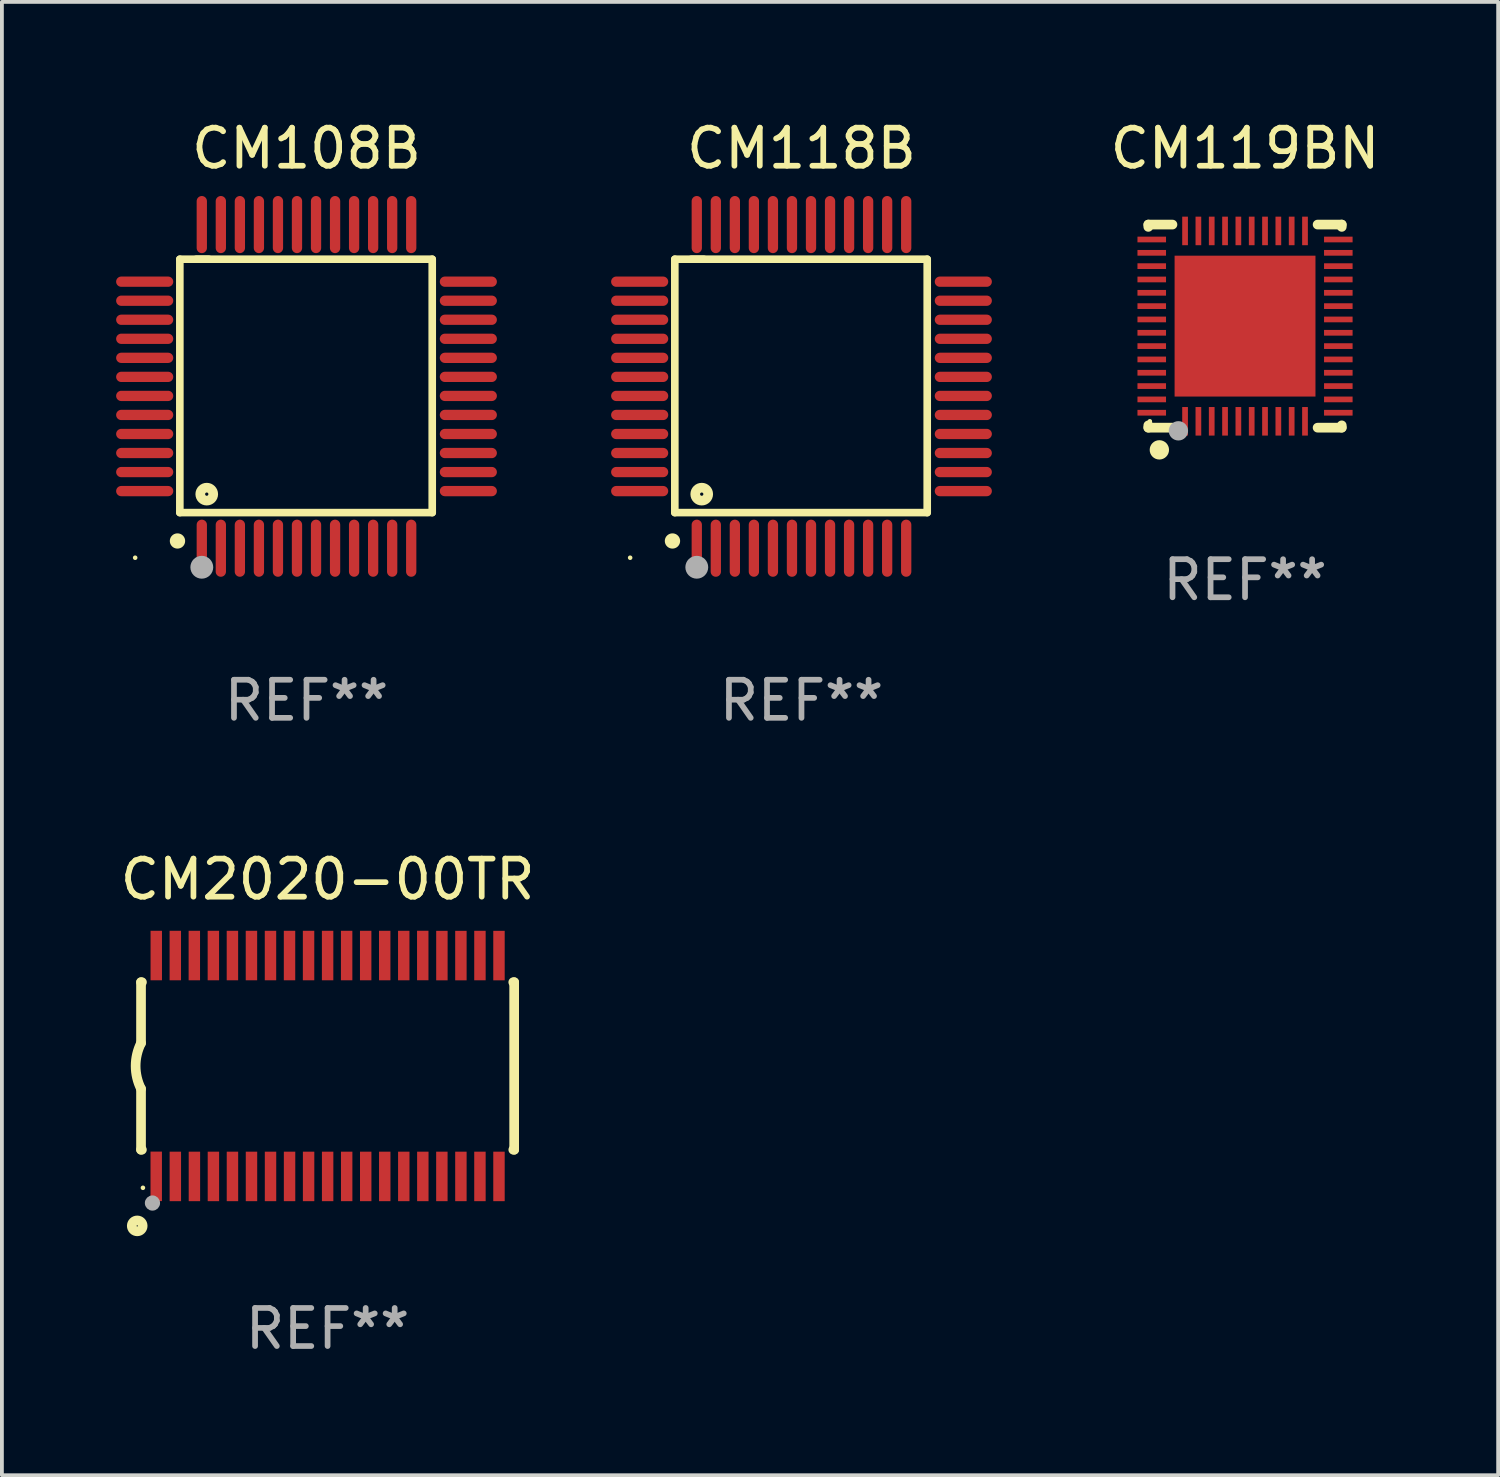
<source format=kicad_pcb>
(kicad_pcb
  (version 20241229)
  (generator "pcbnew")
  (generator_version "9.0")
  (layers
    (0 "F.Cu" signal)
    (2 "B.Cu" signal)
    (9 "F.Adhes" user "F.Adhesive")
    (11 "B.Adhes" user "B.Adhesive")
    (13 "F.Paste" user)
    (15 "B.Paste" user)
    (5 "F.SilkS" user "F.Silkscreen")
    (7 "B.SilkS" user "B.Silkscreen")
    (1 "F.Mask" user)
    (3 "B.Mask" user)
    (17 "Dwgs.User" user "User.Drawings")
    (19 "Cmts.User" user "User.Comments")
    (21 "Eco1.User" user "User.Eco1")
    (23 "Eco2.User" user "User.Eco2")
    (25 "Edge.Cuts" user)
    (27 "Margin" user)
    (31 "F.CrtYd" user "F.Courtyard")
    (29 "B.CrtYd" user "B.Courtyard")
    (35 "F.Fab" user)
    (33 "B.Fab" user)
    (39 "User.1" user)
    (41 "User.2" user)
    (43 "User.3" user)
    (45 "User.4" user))
  (footprint "CM118B"
    (layer "F.Cu")
    (at 18 7.098)
    (property "Reference" "CM118B" (at 0 -6.25 0) (layer "F.SilkS") (effects (font (size 1 1) (thickness 0.15))))
    (attr through_hole)
    (fp_line (start -3.327 -3.34) (end -2.565 -3.34) (stroke (width 0.2) (type solid)) (layer "F.SilkS"))
    (fp_line (start -3.327 3.315) (end -3.327 -3.34) (stroke (width 0.2) (type solid)) (layer "F.SilkS"))
    (fp_line (start -2.896 -3.34) (end 3.302 -3.34) (stroke (width 0.2) (type solid)) (layer "F.SilkS"))
    (fp_line (start 3.302 -3.34) (end 3.302 3.315) (stroke (width 0.2) (type solid)) (layer "F.SilkS"))
    (fp_line (start 3.302 3.315) (end -3.327 3.315) (stroke (width 0.2) (type solid)) (layer "F.SilkS"))
    (fp_arc (start -3.389992 4.059995) (mid -3.388722 4.059991) (end -3.387452 4.059995) (stroke (width 0.4) (type solid)) (layer "F.SilkS"))
    (fp_circle (center -4.5 4.5) (end -4.47 4.5) (stroke (width 0.06) (type solid)) (fill no) (layer "F.SilkS"))
    (fp_circle (center -2.62 2.83) (end -2.45 2.83) (stroke (width 0.254) (type solid)) (fill no) (layer "F.SilkS"))
    (fp_circle (center -2.75 4.75) (end -2.6 4.75) (stroke (width 0.3) (type solid)) (fill no) (layer "F.Fab"))
    (fp_text user "REF**" (at 0 8.25 0) (layer "F.Fab") (effects (font (size 1 1) (thickness 0.15))))
    (pad "1" smd oval (at -2.75 4.25) (size 0.27 1.5) (layers "F.Cu" "F.Mask" "F.Paste"))
    (pad "2" smd oval (at -2.25 4.25) (size 0.27 1.5) (layers "F.Cu" "F.Mask" "F.Paste"))
    (pad "3" smd oval (at -1.75 4.25) (size 0.27 1.5) (layers "F.Cu" "F.Mask" "F.Paste"))
    (pad "4" smd oval (at -1.25 4.25) (size 0.27 1.5) (layers "F.Cu" "F.Mask" "F.Paste"))
    (pad "5" smd oval (at -0.75 4.25) (size 0.27 1.5) (layers "F.Cu" "F.Mask" "F.Paste"))
    (pad "6" smd oval (at -0.25 4.25) (size 0.27 1.5) (layers "F.Cu" "F.Mask" "F.Paste"))
    (pad "7" smd oval (at 0.25 4.25) (size 0.27 1.5) (layers "F.Cu" "F.Mask" "F.Paste"))
    (pad "8" smd oval (at 0.75 4.25) (size 0.27 1.5) (layers "F.Cu" "F.Mask" "F.Paste"))
    (pad "9" smd oval (at 1.25 4.25) (size 0.27 1.5) (layers "F.Cu" "F.Mask" "F.Paste"))
    (pad "10" smd oval (at 1.75 4.25) (size 0.27 1.5) (layers "F.Cu" "F.Mask" "F.Paste"))
    (pad "11" smd oval (at 2.25 4.25) (size 0.27 1.5) (layers "F.Cu" "F.Mask" "F.Paste"))
    (pad "12" smd oval (at 2.75 4.25) (size 0.27 1.5) (layers "F.Cu" "F.Mask" "F.Paste"))
    (pad "13" smd oval (at 4.25 2.75) (size 1.5 0.27) (layers "F.Cu" "F.Mask" "F.Paste"))
    (pad "14" smd oval (at 4.25 2.25) (size 1.5 0.27) (layers "F.Cu" "F.Mask" "F.Paste"))
    (pad "15" smd oval (at 4.25 1.75) (size 1.5 0.27) (layers "F.Cu" "F.Mask" "F.Paste"))
    (pad "16" smd oval (at 4.25 1.25) (size 1.5 0.27) (layers "F.Cu" "F.Mask" "F.Paste"))
    (pad "17" smd oval (at 4.25 0.75) (size 1.5 0.27) (layers "F.Cu" "F.Mask" "F.Paste"))
    (pad "18" smd oval (at 4.25 0.25) (size 1.5 0.27) (layers "F.Cu" "F.Mask" "F.Paste"))
    (pad "19" smd oval (at 4.25 -0.25) (size 1.5 0.27) (layers "F.Cu" "F.Mask" "F.Paste"))
    (pad "20" smd oval (at 4.25 -0.75) (size 1.5 0.27) (layers "F.Cu" "F.Mask" "F.Paste"))
    (pad "21" smd oval (at 4.25 -1.25) (size 1.5 0.27) (layers "F.Cu" "F.Mask" "F.Paste"))
    (pad "22" smd oval (at 4.25 -1.75) (size 1.5 0.27) (layers "F.Cu" "F.Mask" "F.Paste"))
    (pad "23" smd oval (at 4.25 -2.25) (size 1.5 0.27) (layers "F.Cu" "F.Mask" "F.Paste"))
    (pad "24" smd oval (at 4.25 -2.75) (size 1.5 0.27) (layers "F.Cu" "F.Mask" "F.Paste"))
    (pad "25" smd oval (at 2.75 -4.25) (size 0.27 1.5) (layers "F.Cu" "F.Mask" "F.Paste"))
    (pad "26" smd oval (at 2.25 -4.25) (size 0.27 1.5) (layers "F.Cu" "F.Mask" "F.Paste"))
    (pad "27" smd oval (at 1.75 -4.25) (size 0.27 1.5) (layers "F.Cu" "F.Mask" "F.Paste"))
    (pad "28" smd oval (at 1.25 -4.25) (size 0.27 1.5) (layers "F.Cu" "F.Mask" "F.Paste"))
    (pad "29" smd oval (at 0.75 -4.25) (size 0.27 1.5) (layers "F.Cu" "F.Mask" "F.Paste"))
    (pad "30" smd oval (at 0.25 -4.25) (size 0.27 1.5) (layers "F.Cu" "F.Mask" "F.Paste"))
    (pad "31" smd oval (at -0.25 -4.25) (size 0.27 1.5) (layers "F.Cu" "F.Mask" "F.Paste"))
    (pad "32" smd oval (at -0.75 -4.25) (size 0.27 1.5) (layers "F.Cu" "F.Mask" "F.Paste"))
    (pad "33" smd oval (at -1.25 -4.25) (size 0.27 1.5) (layers "F.Cu" "F.Mask" "F.Paste"))
    (pad "34" smd oval (at -1.75 -4.25) (size 0.27 1.5) (layers "F.Cu" "F.Mask" "F.Paste"))
    (pad "35" smd oval (at -2.25 -4.25) (size 0.27 1.5) (layers "F.Cu" "F.Mask" "F.Paste"))
    (pad "36" smd oval (at -2.75 -4.25) (size 0.27 1.5) (layers "F.Cu" "F.Mask" "F.Paste"))
    (pad "37" smd oval (at -4.25 -2.75) (size 1.5 0.27) (layers "F.Cu" "F.Mask" "F.Paste"))
    (pad "38" smd oval (at -4.25 -2.25) (size 1.5 0.27) (layers "F.Cu" "F.Mask" "F.Paste"))
    (pad "39" smd oval (at -4.25 -1.75) (size 1.5 0.27) (layers "F.Cu" "F.Mask" "F.Paste"))
    (pad "40" smd oval (at -4.25 -1.25) (size 1.5 0.27) (layers "F.Cu" "F.Mask" "F.Paste"))
    (pad "41" smd oval (at -4.25 -0.75) (size 1.5 0.27) (layers "F.Cu" "F.Mask" "F.Paste"))
    (pad "42" smd oval (at -4.25 -0.25) (size 1.5 0.27) (layers "F.Cu" "F.Mask" "F.Paste"))
    (pad "43" smd oval (at -4.25 0.25) (size 1.5 0.27) (layers "F.Cu" "F.Mask" "F.Paste"))
    (pad "44" smd oval (at -4.25 0.75) (size 1.5 0.27) (layers "F.Cu" "F.Mask" "F.Paste"))
    (pad "45" smd oval (at -4.25 1.25) (size 1.5 0.27) (layers "F.Cu" "F.Mask" "F.Paste"))
    (pad "46" smd oval (at -4.25 1.75) (size 1.5 0.27) (layers "F.Cu" "F.Mask" "F.Paste"))
    (pad "47" smd oval (at -4.25 2.25) (size 1.5 0.27) (layers "F.Cu" "F.Mask" "F.Paste"))
    (pad "48" smd oval (at -4.25 2.75) (size 1.5 0.27) (layers "F.Cu" "F.Mask" "F.Paste")))
  (footprint "CM2020-00TR"
    (layer "F.Cu")
    (at 5.554 24.946)
    (property "Reference" "CM2020-00TR" (at 0 -4.901 0) (layer "F.SilkS") (effects (font (size 1 1) (thickness 0.15))))
    (attr through_hole)
    (fp_line (start -4.9 -2.2) (end -4.9 -0.6) (stroke (width 0.254) (type solid)) (layer "F.SilkS"))
    (fp_line (start -4.9 -2.2) (end -4.876 -2.2) (stroke (width 0.254) (type solid)) (layer "F.SilkS"))
    (fp_line (start -4.9 2.2) (end -4.9 0.6) (stroke (width 0.254) (type solid)) (layer "F.SilkS"))
    (fp_line (start -4.9 2.2) (end -4.877 2.2) (stroke (width 0.254) (type solid)) (layer "F.SilkS"))
    (fp_line (start 4.876 -2.2) (end 4.9 -2.2) (stroke (width 0.254) (type solid)) (layer "F.SilkS"))
    (fp_line (start 4.877 2.2) (end 4.9 2.2) (stroke (width 0.254) (type solid)) (layer "F.SilkS"))
    (fp_line (start 4.9 -2.2) (end 4.9 2.2) (stroke (width 0.254) (type solid)) (layer "F.SilkS"))
    (fp_arc (start -4.900051 0.599822) (mid -5.041652 -0.000095) (end -4.9 -0.6) (stroke (width 0.254001) (type solid)) (layer "F.SilkS"))
    (fp_circle (center -5 4.2) (end -4.857 4.2) (stroke (width 0.254) (type solid)) (fill no) (layer "F.SilkS"))
    (fp_circle (center -4.85 3.2) (end -4.82 3.2) (stroke (width 0.06) (type solid)) (fill no) (layer "F.SilkS"))
    (fp_circle (center -4.6 3.6) (end -4.5 3.6) (stroke (width 0.2) (type solid)) (fill no) (layer "F.Fab"))
    (fp_text user "REF**" (at 0 6.901 0) (layer "F.Fab") (effects (font (size 1 1) (thickness 0.15))))
    (pad "1" smd rect (at -4.501 2.899 90) (size 1.3 0.3) (layers "F.Cu" "F.Mask" "F.Paste"))
    (pad "2" smd rect (at -3.999 2.901 90) (size 1.3 0.3) (layers "F.Cu" "F.Mask" "F.Paste"))
    (pad "3" smd rect (at -3.498 2.901 90) (size 1.3 0.3) (layers "F.Cu" "F.Mask" "F.Paste"))
    (pad "4" smd rect (at -2.999 2.901 90) (size 1.3 0.3) (layers "F.Cu" "F.Mask" "F.Paste"))
    (pad "5" smd rect (at -2.499 2.901 90) (size 1.3 0.3) (layers "F.Cu" "F.Mask" "F.Paste"))
    (pad "6" smd rect (at -1.999 2.901 90) (size 1.3 0.3) (layers "F.Cu" "F.Mask" "F.Paste"))
    (pad "7" smd rect (at -1.499 2.901 90) (size 1.3 0.3) (layers "F.Cu" "F.Mask" "F.Paste"))
    (pad "8" smd rect (at -0.999 2.901 90) (size 1.3 0.3) (layers "F.Cu" "F.Mask" "F.Paste"))
    (pad "9" smd rect (at -0.499 2.901 90) (size 1.3 0.3) (layers "F.Cu" "F.Mask" "F.Paste"))
    (pad "10" smd rect (at 0.001 2.901 90) (size 1.3 0.3) (layers "F.Cu" "F.Mask" "F.Paste"))
    (pad "11" smd rect (at 0.501 2.901 90) (size 1.3 0.3) (layers "F.Cu" "F.Mask" "F.Paste"))
    (pad "12" smd rect (at 1.001 2.901 90) (size 1.3 0.3) (layers "F.Cu" "F.Mask" "F.Paste"))
    (pad "13" smd rect (at 1.501 2.901 90) (size 1.3 0.3) (layers "F.Cu" "F.Mask" "F.Paste"))
    (pad "14" smd rect (at 2.001 2.901 90) (size 1.3 0.3) (layers "F.Cu" "F.Mask" "F.Paste"))
    (pad "15" smd rect (at 2.501 2.901 90) (size 1.3 0.3) (layers "F.Cu" "F.Mask" "F.Paste"))
    (pad "16" smd rect (at 3.001 2.901 90) (size 1.3 0.3) (layers "F.Cu" "F.Mask" "F.Paste"))
    (pad "17" smd rect (at 3.501 2.901 90) (size 1.3 0.3) (layers "F.Cu" "F.Mask" "F.Paste"))
    (pad "18" smd rect (at 4.001 2.901 90) (size 1.3 0.3) (layers "F.Cu" "F.Mask" "F.Paste"))
    (pad "19" smd rect (at 4.501 2.901 90) (size 1.3 0.3) (layers "F.Cu" "F.Mask" "F.Paste"))
    (pad "20" smd rect (at 4.501 -2.899 90) (size 1.3 0.3) (layers "F.Cu" "F.Mask" "F.Paste"))
    (pad "21" smd rect (at 4.001 -2.9 90) (size 1.3 0.3) (layers "F.Cu" "F.Mask" "F.Paste"))
    (pad "22" smd rect (at 3.501 -2.899 90) (size 1.3 0.3) (layers "F.Cu" "F.Mask" "F.Paste"))
    (pad "23" smd rect (at 3.002 -2.899 90) (size 1.3 0.3) (layers "F.Cu" "F.Mask" "F.Paste"))
    (pad "24" smd rect (at 2.499 -2.901 90) (size 1.3 0.3) (layers "F.Cu" "F.Mask" "F.Paste"))
    (pad "25" smd rect (at 2 -2.9 90) (size 1.3 0.3) (layers "F.Cu" "F.Mask" "F.Paste"))
    (pad "26" smd rect (at 1.5 -2.9 90) (size 1.3 0.3) (layers "F.Cu" "F.Mask" "F.Paste"))
    (pad "27" smd rect (at 1 -2.9 90) (size 1.3 0.3) (layers "F.Cu" "F.Mask" "F.Paste"))
    (pad "28" smd rect (at 0.5 -2.9 90) (size 1.3 0.3) (layers "F.Cu" "F.Mask" "F.Paste"))
    (pad "29" smd rect (at 0.000127 -2.9 90) (size 1.3 0.3) (layers "F.Cu" "F.Mask" "F.Paste"))
    (pad "30" smd rect (at -0.5 -2.9 90) (size 1.3 0.3) (layers "F.Cu" "F.Mask" "F.Paste"))
    (pad "31" smd rect (at -1 -2.9 90) (size 1.3 0.3) (layers "F.Cu" "F.Mask" "F.Paste"))
    (pad "32" smd rect (at -1.5 -2.9 90) (size 1.3 0.3) (layers "F.Cu" "F.Mask" "F.Paste"))
    (pad "33" smd rect (at -2 -2.9 90) (size 1.3 0.3) (layers "F.Cu" "F.Mask" "F.Paste"))
    (pad "34" smd rect (at -2.5 -2.9 90) (size 1.3 0.3) (layers "F.Cu" "F.Mask" "F.Paste"))
    (pad "35" smd rect (at -3 -2.9 90) (size 1.3 0.3) (layers "F.Cu" "F.Mask" "F.Paste"))
    (pad "36" smd rect (at -3.5 -2.9 90) (size 1.3 0.3) (layers "F.Cu" "F.Mask" "F.Paste"))
    (pad "37" smd rect (at -4 -2.9 90) (size 1.3 0.3) (layers "F.Cu" "F.Mask" "F.Paste"))
    (pad "38" smd rect (at -4.5 -2.9 90) (size 1.3 0.3) (layers "F.Cu" "F.Mask" "F.Paste")))
  (footprint "CM119BN"
    (layer "F.Cu")
    (at 29.649 5.515)
    (property "Reference" "CM119BN" (at 0 -4.667 0) (layer "F.SilkS") (effects (font (size 1 1) (thickness 0.15))))
    (attr through_hole)
    (fp_line (start -2.54 -2.667) (end -2.54 -2.606) (stroke (width 0.254) (type solid)) (layer "F.SilkS"))
    (fp_line (start -2.54 2.606) (end -2.54 2.667) (stroke (width 0.254) (type solid)) (layer "F.SilkS"))
    (fp_line (start -2.54 2.667) (end -1.906 2.667) (stroke (width 0.254) (type solid)) (layer "F.SilkS"))
    (fp_line (start -1.906 -2.667) (end -2.54 -2.667) (stroke (width 0.254) (type solid)) (layer "F.SilkS"))
    (fp_line (start 1.906 2.667) (end 2.54 2.667) (stroke (width 0.254) (type solid)) (layer "F.SilkS"))
    (fp_line (start 2.54 -2.667) (end 1.906 -2.667) (stroke (width 0.254) (type solid)) (layer "F.SilkS"))
    (fp_line (start 2.54 -2.606) (end 2.54 -2.667) (stroke (width 0.254) (type solid)) (layer "F.SilkS"))
    (fp_line (start 2.54 2.667) (end 2.54 2.606) (stroke (width 0.254) (type solid)) (layer "F.SilkS"))
    (fp_circle (center -2.5 2.5) (end -2.47 2.5) (stroke (width 0.06) (type solid)) (fill no) (layer "F.SilkS"))
    (fp_circle (center -2.25 3.25) (end -2.123 3.25) (stroke (width 0.254) (type solid)) (fill no) (layer "F.SilkS"))
    (fp_circle (center -1.75 2.75) (end -1.623 2.75) (stroke (width 0.254) (type solid)) (fill no) (layer "F.Fab"))
    (fp_text user "REF**" (at 0 6.667 0) (layer "F.Fab") (effects (font (size 1 1) (thickness 0.15))))
    (pad "1" smd rect (at -1.575 2.5) (size 0.15 0.75) (layers "F.Cu" "F.Mask" "F.Paste"))
    (pad "2" smd rect (at -1.225 2.5) (size 0.15 0.75) (layers "F.Cu" "F.Mask" "F.Paste"))
    (pad "3" smd rect (at -0.875 2.5) (size 0.15 0.75) (layers "F.Cu" "F.Mask" "F.Paste"))
    (pad "4" smd rect (at -0.525 2.5) (size 0.15 0.75) (layers "F.Cu" "F.Mask" "F.Paste"))
    (pad "5" smd rect (at -0.175 2.5) (size 0.15 0.75) (layers "F.Cu" "F.Mask" "F.Paste"))
    (pad "6" smd rect (at 0.175 2.5) (size 0.15 0.75) (layers "F.Cu" "F.Mask" "F.Paste"))
    (pad "7" smd rect (at 0.525 2.5) (size 0.15 0.75) (layers "F.Cu" "F.Mask" "F.Paste"))
    (pad "8" smd rect (at 0.875 2.5) (size 0.15 0.75) (layers "F.Cu" "F.Mask" "F.Paste"))
    (pad "9" smd rect (at 1.225 2.5) (size 0.15 0.75) (layers "F.Cu" "F.Mask" "F.Paste"))
    (pad "10" smd rect (at 1.575 2.5) (size 0.15 0.75) (layers "F.Cu" "F.Mask" "F.Paste"))
    (pad "11" smd rect (at 2.45 2.275) (size 0.75 0.15) (layers "F.Cu" "F.Mask" "F.Paste"))
    (pad "12" smd rect (at 2.45 1.925) (size 0.75 0.15) (layers "F.Cu" "F.Mask" "F.Paste"))
    (pad "13" smd rect (at 2.45 1.575) (size 0.75 0.15) (layers "F.Cu" "F.Mask" "F.Paste"))
    (pad "14" smd rect (at 2.45 1.225) (size 0.75 0.15) (layers "F.Cu" "F.Mask" "F.Paste"))
    (pad "15" smd rect (at 2.45 0.875) (size 0.75 0.15) (layers "F.Cu" "F.Mask" "F.Paste"))
    (pad "16" smd rect (at 2.45 0.525) (size 0.75 0.15) (layers "F.Cu" "F.Mask" "F.Paste"))
    (pad "17" smd rect (at 2.45 0.175) (size 0.75 0.15) (layers "F.Cu" "F.Mask" "F.Paste"))
    (pad "18" smd rect (at 2.45 -0.175) (size 0.75 0.15) (layers "F.Cu" "F.Mask" "F.Paste"))
    (pad "19" smd rect (at 2.45 -0.525) (size 0.75 0.15) (layers "F.Cu" "F.Mask" "F.Paste"))
    (pad "20" smd rect (at 2.45 -0.875) (size 0.75 0.15) (layers "F.Cu" "F.Mask" "F.Paste"))
    (pad "21" smd rect (at 2.45 -1.225) (size 0.75 0.15) (layers "F.Cu" "F.Mask" "F.Paste"))
    (pad "22" smd rect (at 2.45 -1.575) (size 0.75 0.15) (layers "F.Cu" "F.Mask" "F.Paste"))
    (pad "23" smd rect (at 2.45 -1.925) (size 0.75 0.15) (layers "F.Cu" "F.Mask" "F.Paste"))
    (pad "24" smd rect (at 2.45 -2.275) (size 0.75 0.15) (layers "F.Cu" "F.Mask" "F.Paste"))
    (pad "25" smd rect (at 1.575 -2.5) (size 0.15 0.75) (layers "F.Cu" "F.Mask" "F.Paste"))
    (pad "26" smd rect (at 1.225 -2.5) (size 0.15 0.75) (layers "F.Cu" "F.Mask" "F.Paste"))
    (pad "27" smd rect (at 0.875 -2.5) (size 0.15 0.75) (layers "F.Cu" "F.Mask" "F.Paste"))
    (pad "28" smd rect (at 0.525 -2.5) (size 0.15 0.75) (layers "F.Cu" "F.Mask" "F.Paste"))
    (pad "29" smd rect (at 0.175 -2.5) (size 0.15 0.75) (layers "F.Cu" "F.Mask" "F.Paste"))
    (pad "30" smd rect (at -0.175 -2.5) (size 0.15 0.75) (layers "F.Cu" "F.Mask" "F.Paste"))
    (pad "31" smd rect (at -0.525 -2.5) (size 0.15 0.75) (layers "F.Cu" "F.Mask" "F.Paste"))
    (pad "32" smd rect (at -0.875 -2.5) (size 0.15 0.75) (layers "F.Cu" "F.Mask" "F.Paste"))
    (pad "33" smd rect (at -1.225 -2.5) (size 0.15 0.75) (layers "F.Cu" "F.Mask" "F.Paste"))
    (pad "34" smd rect (at -1.575 -2.5) (size 0.15 0.75) (layers "F.Cu" "F.Mask" "F.Paste"))
    (pad "35" smd rect (at -2.45 -2.275) (size 0.75 0.15) (layers "F.Cu" "F.Mask" "F.Paste"))
    (pad "36" smd rect (at -2.45 -1.925) (size 0.75 0.15) (layers "F.Cu" "F.Mask" "F.Paste"))
    (pad "37" smd rect (at -2.45 -1.575) (size 0.75 0.15) (layers "F.Cu" "F.Mask" "F.Paste"))
    (pad "38" smd rect (at -2.45 -1.225) (size 0.75 0.15) (layers "F.Cu" "F.Mask" "F.Paste"))
    (pad "39" smd rect (at -2.45 -0.875) (size 0.75 0.15) (layers "F.Cu" "F.Mask" "F.Paste"))
    (pad "40" smd rect (at -2.45 -0.525) (size 0.75 0.15) (layers "F.Cu" "F.Mask" "F.Paste"))
    (pad "41" smd rect (at -2.45 -0.175) (size 0.75 0.15) (layers "F.Cu" "F.Mask" "F.Paste"))
    (pad "42" smd rect (at -2.45 0.175) (size 0.75 0.15) (layers "F.Cu" "F.Mask" "F.Paste"))
    (pad "43" smd rect (at -2.45 0.525) (size 0.75 0.15) (layers "F.Cu" "F.Mask" "F.Paste"))
    (pad "44" smd rect (at -2.45 0.875) (size 0.75 0.15) (layers "F.Cu" "F.Mask" "F.Paste"))
    (pad "45" smd rect (at -2.45 1.225) (size 0.75 0.15) (layers "F.Cu" "F.Mask" "F.Paste"))
    (pad "46" smd rect (at -2.45 1.575) (size 0.75 0.15) (layers "F.Cu" "F.Mask" "F.Paste"))
    (pad "47" smd rect (at -2.45 1.925) (size 0.75 0.15) (layers "F.Cu" "F.Mask" "F.Paste"))
    (pad "48" smd rect (at -2.45 2.275) (size 0.75 0.15) (layers "F.Cu" "F.Mask" "F.Paste"))
    (pad "49" smd rect (at -0.000025 0.000127 180) (size 3.7 3.7) (layers "F.Cu" "F.Mask" "F.Paste")))
  (footprint "CM108B"
    (layer "F.Cu")
    (at 5 7.098)
    (property "Reference" "CM108B" (at 0 -6.25 0) (layer "F.SilkS") (effects (font (size 1 1) (thickness 0.15))))
    (attr through_hole)
    (fp_line (start -3.327 -3.34) (end -2.565 -3.34) (stroke (width 0.2) (type solid)) (layer "F.SilkS"))
    (fp_line (start -3.327 3.315) (end -3.327 -3.34) (stroke (width 0.2) (type solid)) (layer "F.SilkS"))
    (fp_line (start -2.896 -3.34) (end 3.302 -3.34) (stroke (width 0.2) (type solid)) (layer "F.SilkS"))
    (fp_line (start 3.302 -3.34) (end 3.302 3.315) (stroke (width 0.2) (type solid)) (layer "F.SilkS"))
    (fp_line (start 3.302 3.315) (end -3.327 3.315) (stroke (width 0.2) (type solid)) (layer "F.SilkS"))
    (fp_arc (start -3.389992 4.059995) (mid -3.388722 4.059991) (end -3.387452 4.059995) (stroke (width 0.4) (type solid)) (layer "F.SilkS"))
    (fp_circle (center -4.5 4.5) (end -4.47 4.5) (stroke (width 0.06) (type solid)) (fill no) (layer "F.SilkS"))
    (fp_circle (center -2.62 2.83) (end -2.45 2.83) (stroke (width 0.254) (type solid)) (fill no) (layer "F.SilkS"))
    (fp_circle (center -2.75 4.75) (end -2.6 4.75) (stroke (width 0.3) (type solid)) (fill no) (layer "F.Fab"))
    (fp_text user "REF**" (at 0 8.25 0) (layer "F.Fab") (effects (font (size 1 1) (thickness 0.15))))
    (pad "1" smd oval (at -2.75 4.25) (size 0.27 1.5) (layers "F.Cu" "F.Mask" "F.Paste"))
    (pad "2" smd oval (at -2.25 4.25) (size 0.27 1.5) (layers "F.Cu" "F.Mask" "F.Paste"))
    (pad "3" smd oval (at -1.75 4.25) (size 0.27 1.5) (layers "F.Cu" "F.Mask" "F.Paste"))
    (pad "4" smd oval (at -1.25 4.25) (size 0.27 1.5) (layers "F.Cu" "F.Mask" "F.Paste"))
    (pad "5" smd oval (at -0.75 4.25) (size 0.27 1.5) (layers "F.Cu" "F.Mask" "F.Paste"))
    (pad "6" smd oval (at -0.25 4.25) (size 0.27 1.5) (layers "F.Cu" "F.Mask" "F.Paste"))
    (pad "7" smd oval (at 0.25 4.25) (size 0.27 1.5) (layers "F.Cu" "F.Mask" "F.Paste"))
    (pad "8" smd oval (at 0.75 4.25) (size 0.27 1.5) (layers "F.Cu" "F.Mask" "F.Paste"))
    (pad "9" smd oval (at 1.25 4.25) (size 0.27 1.5) (layers "F.Cu" "F.Mask" "F.Paste"))
    (pad "10" smd oval (at 1.75 4.25) (size 0.27 1.5) (layers "F.Cu" "F.Mask" "F.Paste"))
    (pad "11" smd oval (at 2.25 4.25) (size 0.27 1.5) (layers "F.Cu" "F.Mask" "F.Paste"))
    (pad "12" smd oval (at 2.75 4.25) (size 0.27 1.5) (layers "F.Cu" "F.Mask" "F.Paste"))
    (pad "13" smd oval (at 4.25 2.75) (size 1.5 0.27) (layers "F.Cu" "F.Mask" "F.Paste"))
    (pad "14" smd oval (at 4.25 2.25) (size 1.5 0.27) (layers "F.Cu" "F.Mask" "F.Paste"))
    (pad "15" smd oval (at 4.25 1.75) (size 1.5 0.27) (layers "F.Cu" "F.Mask" "F.Paste"))
    (pad "16" smd oval (at 4.25 1.25) (size 1.5 0.27) (layers "F.Cu" "F.Mask" "F.Paste"))
    (pad "17" smd oval (at 4.25 0.75) (size 1.5 0.27) (layers "F.Cu" "F.Mask" "F.Paste"))
    (pad "18" smd oval (at 4.25 0.25) (size 1.5 0.27) (layers "F.Cu" "F.Mask" "F.Paste"))
    (pad "19" smd oval (at 4.25 -0.25) (size 1.5 0.27) (layers "F.Cu" "F.Mask" "F.Paste"))
    (pad "20" smd oval (at 4.25 -0.75) (size 1.5 0.27) (layers "F.Cu" "F.Mask" "F.Paste"))
    (pad "21" smd oval (at 4.25 -1.25) (size 1.5 0.27) (layers "F.Cu" "F.Mask" "F.Paste"))
    (pad "22" smd oval (at 4.25 -1.75) (size 1.5 0.27) (layers "F.Cu" "F.Mask" "F.Paste"))
    (pad "23" smd oval (at 4.25 -2.25) (size 1.5 0.27) (layers "F.Cu" "F.Mask" "F.Paste"))
    (pad "24" smd oval (at 4.25 -2.75) (size 1.5 0.27) (layers "F.Cu" "F.Mask" "F.Paste"))
    (pad "25" smd oval (at 2.75 -4.25) (size 0.27 1.5) (layers "F.Cu" "F.Mask" "F.Paste"))
    (pad "26" smd oval (at 2.25 -4.25) (size 0.27 1.5) (layers "F.Cu" "F.Mask" "F.Paste"))
    (pad "27" smd oval (at 1.75 -4.25) (size 0.27 1.5) (layers "F.Cu" "F.Mask" "F.Paste"))
    (pad "28" smd oval (at 1.25 -4.25) (size 0.27 1.5) (layers "F.Cu" "F.Mask" "F.Paste"))
    (pad "29" smd oval (at 0.75 -4.25) (size 0.27 1.5) (layers "F.Cu" "F.Mask" "F.Paste"))
    (pad "30" smd oval (at 0.25 -4.25) (size 0.27 1.5) (layers "F.Cu" "F.Mask" "F.Paste"))
    (pad "31" smd oval (at -0.25 -4.25) (size 0.27 1.5) (layers "F.Cu" "F.Mask" "F.Paste"))
    (pad "32" smd oval (at -0.75 -4.25) (size 0.27 1.5) (layers "F.Cu" "F.Mask" "F.Paste"))
    (pad "33" smd oval (at -1.25 -4.25) (size 0.27 1.5) (layers "F.Cu" "F.Mask" "F.Paste"))
    (pad "34" smd oval (at -1.75 -4.25) (size 0.27 1.5) (layers "F.Cu" "F.Mask" "F.Paste"))
    (pad "35" smd oval (at -2.25 -4.25) (size 0.27 1.5) (layers "F.Cu" "F.Mask" "F.Paste"))
    (pad "36" smd oval (at -2.75 -4.25) (size 0.27 1.5) (layers "F.Cu" "F.Mask" "F.Paste"))
    (pad "37" smd oval (at -4.25 -2.75) (size 1.5 0.27) (layers "F.Cu" "F.Mask" "F.Paste"))
    (pad "38" smd oval (at -4.25 -2.25) (size 1.5 0.27) (layers "F.Cu" "F.Mask" "F.Paste"))
    (pad "39" smd oval (at -4.25 -1.75) (size 1.5 0.27) (layers "F.Cu" "F.Mask" "F.Paste"))
    (pad "40" smd oval (at -4.25 -1.25) (size 1.5 0.27) (layers "F.Cu" "F.Mask" "F.Paste"))
    (pad "41" smd oval (at -4.25 -0.75) (size 1.5 0.27) (layers "F.Cu" "F.Mask" "F.Paste"))
    (pad "42" smd oval (at -4.25 -0.25) (size 1.5 0.27) (layers "F.Cu" "F.Mask" "F.Paste"))
    (pad "43" smd oval (at -4.25 0.25) (size 1.5 0.27) (layers "F.Cu" "F.Mask" "F.Paste"))
    (pad "44" smd oval (at -4.25 0.75) (size 1.5 0.27) (layers "F.Cu" "F.Mask" "F.Paste"))
    (pad "45" smd oval (at -4.25 1.25) (size 1.5 0.27) (layers "F.Cu" "F.Mask" "F.Paste"))
    (pad "46" smd oval (at -4.25 1.75) (size 1.5 0.27) (layers "F.Cu" "F.Mask" "F.Paste"))
    (pad "47" smd oval (at -4.25 2.25) (size 1.5 0.27) (layers "F.Cu" "F.Mask" "F.Paste"))
    (pad "48" smd oval (at -4.25 2.75) (size 1.5 0.27) (layers "F.Cu" "F.Mask" "F.Paste")))
  (gr_rect
    (start -3 -3)
    (end 36.297 35.695)
    (stroke (width 0.1) (type default))
    (fill no)
    (layer "Edge.Cuts")))
</source>
